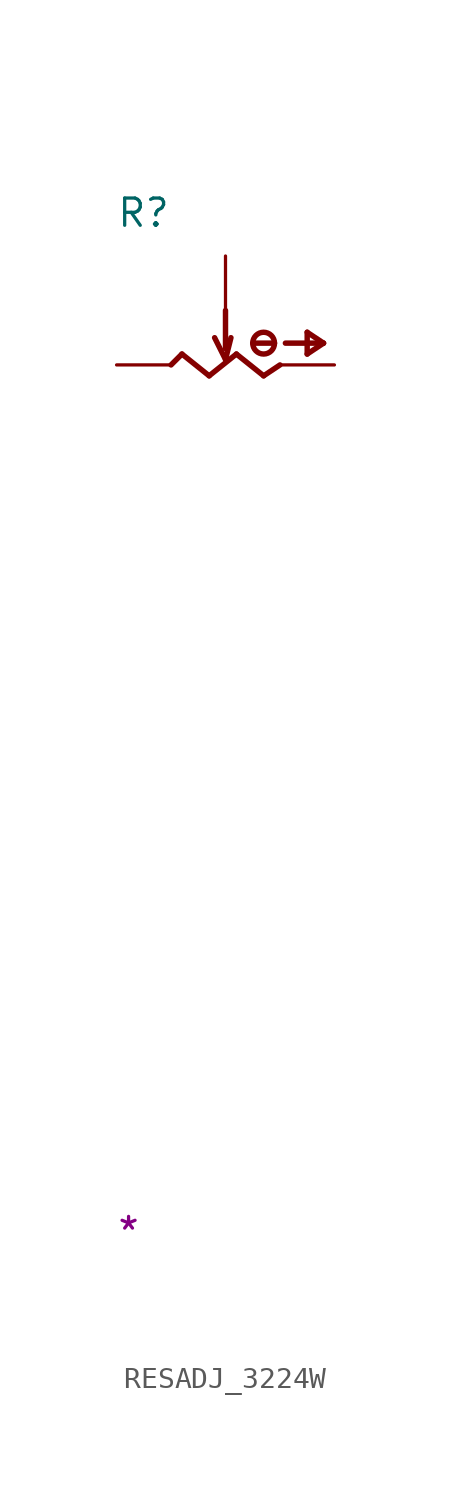
<source format=kicad_sym>
(kicad_symbol_lib
  (version 20231120)
  (generator "kicad_symbol_editor")
  (generator_version "7.99")
  (symbol "RESADJ_3224W"
    (pin_numbers hide)
    (pin_names
      (offset 1.016) hide)
    (property "Reference" "R"
      (at -0.025 6.35 0)
      (effects (font (size 1.27 1.27)) (justify left bottom)))
    (property "ValueP" "*"
      (at -0.025 -41.148 0)
      (effects (font (size 1.27 1.27)) (justify left bottom)))
    (symbol "RESADJ_3224W_1_1"
      (polyline (pts (xy 3.048 0.508) (xy 2.54 0)) (stroke (width 0.254) (type solid)) (fill (type none)))
      (polyline (pts (xy 3.048 0.508) (xy 4.318 -0.508)) (stroke (width 0.254) (type solid)) (fill (type none)))
      (polyline (pts (xy 4.572 1.27) (xy 5.08 0.254)) (stroke (width 0.254) (type solid)) (fill (type none)))
      (polyline (pts (xy 5.08 0.762) (xy 5.08 2.54)) (stroke (width 0.254) (type solid)) (fill (type none)))
      (polyline (pts (xy 5.334 1.27) (xy 5.08 0.254)) (stroke (width 0.254) (type solid)) (fill (type none)))
      (polyline (pts (xy 5.588 0.508) (xy 4.318 -0.508)) (stroke (width 0.254) (type solid)) (fill (type none)))
      (polyline (pts (xy 5.588 0.508) (xy 6.858 -0.508)) (stroke (width 0.254) (type solid)) (fill (type none)))
      (polyline (pts (xy 6.35 1.016) (xy 7.366 1.016)) (stroke (width 0.254) (type solid)) (fill (type none)))
      (polyline (pts (xy 6.858 -0.508) (xy 7.62 0)) (stroke (width 0.254) (type solid)) (fill (type none)))
      (polyline (pts (xy 7.874 1.016) (xy 9.652 1.016)) (stroke (width 0.254) (type solid)) (fill (type none)))
      (polyline (pts (xy 8.89 0.508) (xy 8.89 1.524)) (stroke (width 0.254) (type solid)) (fill (type none)))
      (polyline (pts (xy 8.89 1.524) (xy 9.652 1.016)) (stroke (width 0.254) (type solid)) (fill (type none)))
      (polyline (pts (xy 9.652 1.016) (xy 8.89 0.508)) (stroke (width 0.254) (type solid)) (fill (type none)))
      (circle (center 6.858 1.016) (radius 0.508) (stroke (width 0.254) (type solid)) (fill (type none)))
      (pin passive line (at 0 0 0) (length 2.54) (name "1" (effects (font (size 1.27 1.27)))) (number "1" (effects (font (size 1.27 1.27)))))
      (pin passive line (at 5.08 5.08 270) (length 2.54) (name "2" (effects (font (size 1.27 1.27)))) (number "2" (effects (font (size 1.27 1.27)))))
      (pin passive line (at 10.16 0 180) (length 2.54) (name "3" (effects (font (size 1.27 1.27)))) (number "3" (effects (font (size 1.27 1.27))))))))
</source>
